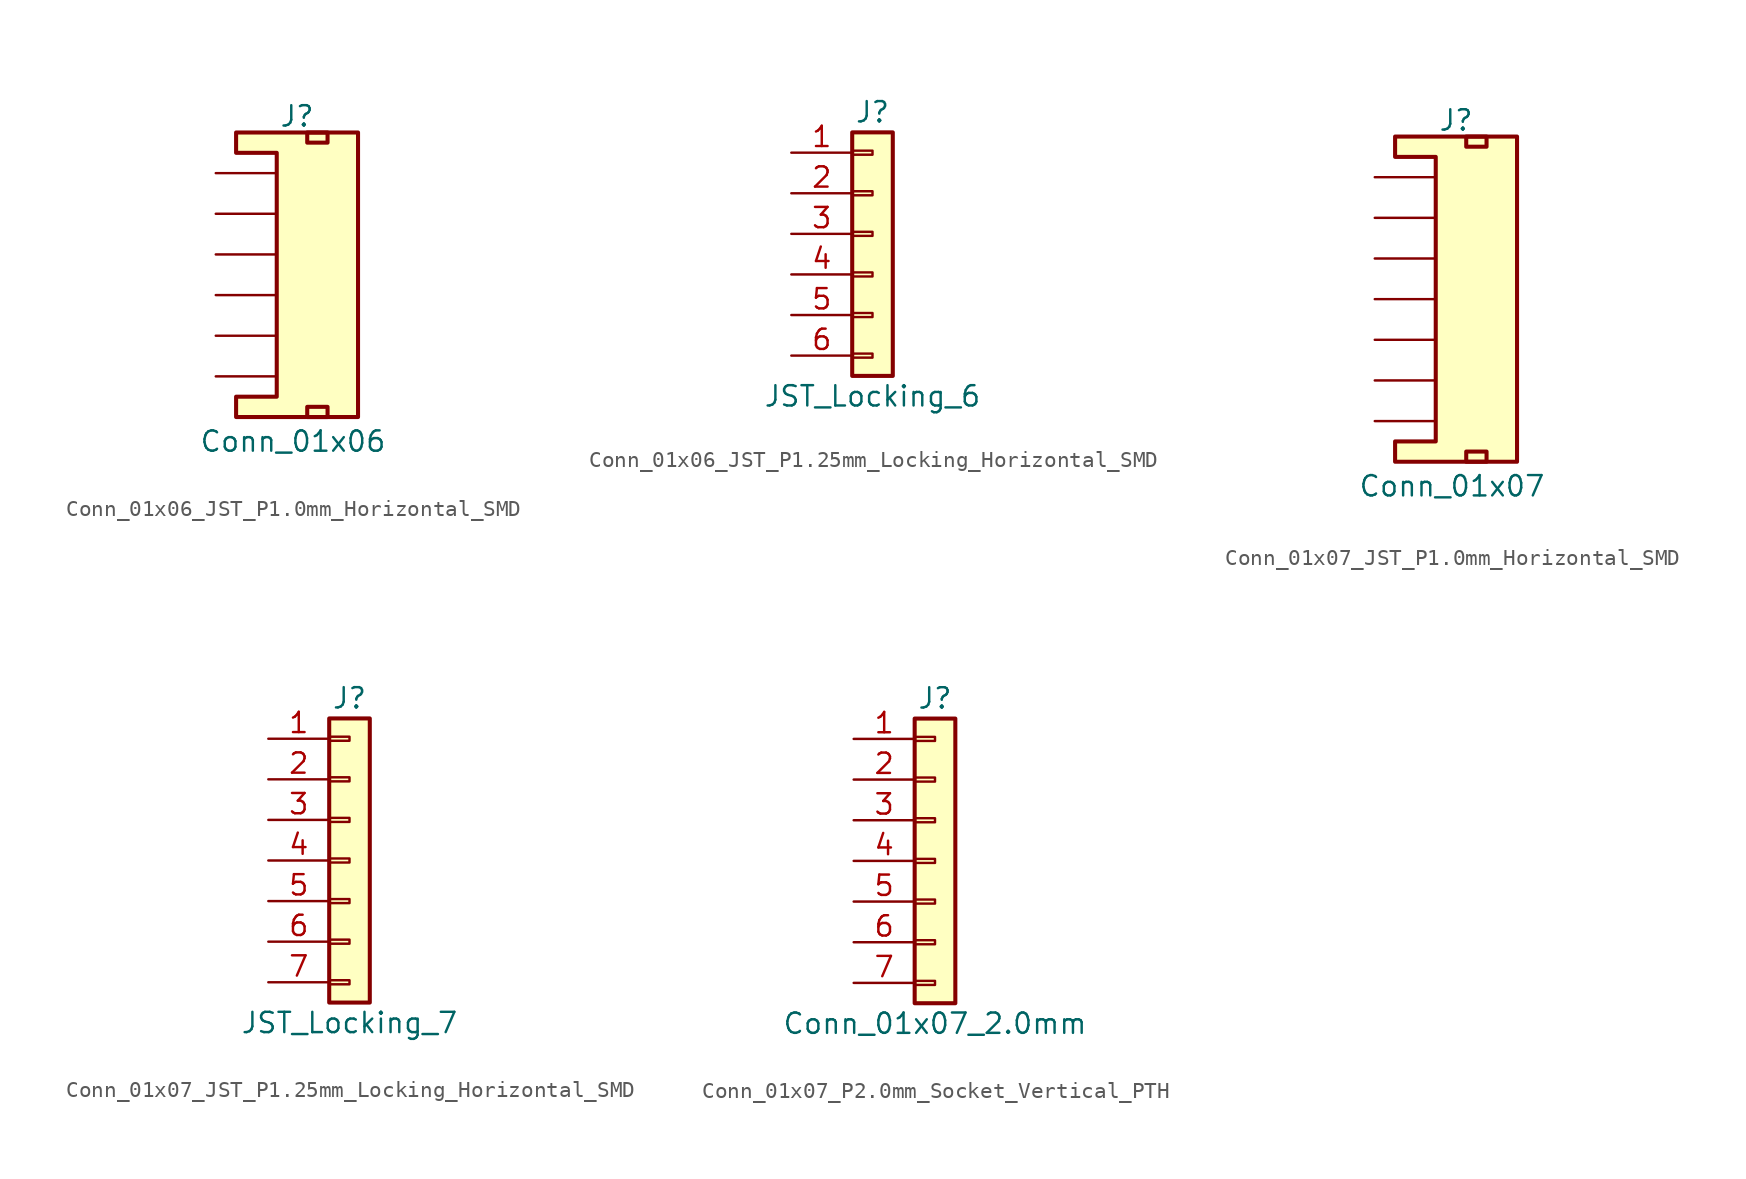
<source format=kicad_sym>
(kicad_symbol_lib
  (version 20241209)
  (generator "kicad_symbol_editor")
  (generator_version "9.0")
  (symbol "Conn_01x06_JST_P1.0mm_Horizontal_SMD"
    (pin_numbers
      (hide yes))
    (pin_names
      (offset 1.016)
      (hide yes))
    (property "Reference" "J"
      (at 0 8.636 0)
      (effects (font (size 1.27 1.27))))
    (property "Value" "Conn_01x06"
      (at -0.254 -11.684 0)
      (effects (font (size 1.27 1.27))))
    (symbol "Conn_01x06_JST_P1.0mm_Horizontal_SMD_1_1"
      (polyline (pts (xy -1.27 6.35) (xy -3.81 6.35) (xy -3.81 7.62) (xy 3.81 7.62) (xy 3.81 -10.16) (xy -3.81 -10.16) (xy -3.81 -8.89) (xy -1.27 -8.89) (xy -1.27 6.35)) (stroke (width 0.254) (type default)) (fill (type background)))
      (rectangle (start 0.635 7.62) (end 1.905 6.985) (stroke (width 0.254) (type default)) (fill (type none)))
      (rectangle (start 0.635 -9.525) (end 1.905 -10.16) (stroke (width 0.254) (type default)) (fill (type none)))
      (pin passive line (at -5.08 5.08 0) (length 3.81) (name "1" (effects (font (size 1.27 1.27)))) (number "1" (effects (font (size 1.27 1.27)))))
      (pin passive line (at -5.08 2.54 0) (length 3.81) (name "2" (effects (font (size 1.27 1.27)))) (number "2" (effects (font (size 1.27 1.27)))))
      (pin passive line (at -5.08 0 0) (length 3.81) (name "3" (effects (font (size 1.27 1.27)))) (number "3" (effects (font (size 1.27 1.27)))))
      (pin passive line (at -5.08 -2.54 0) (length 3.81) (name "4" (effects (font (size 1.27 1.27)))) (number "4" (effects (font (size 1.27 1.27)))))
      (pin passive line (at -5.08 -5.08 0) (length 3.81) (name "5" (effects (font (size 1.27 1.27)))) (number "5" (effects (font (size 1.27 1.27)))))
      (pin passive line (at -5.08 -7.62 0) (length 3.81) (name "6" (effects (font (size 1.27 1.27)))) (number "6" (effects (font (size 1.27 1.27)))))))
  (symbol "Conn_01x06_JST_P1.25mm_Locking_Horizontal_SMD"
    (pin_names
      (offset 1.016)
      (hide yes))
    (property "Reference" "J"
      (at 0 7.62 0)
      (effects (font (size 1.27 1.27))))
    (property "Value" "JST_Locking_6"
      (at 0 -10.16 0)
      (effects (font (size 1.27 1.27))))
    (symbol "Conn_01x06_JST_P1.25mm_Locking_Horizontal_SMD_1_1"
      (rectangle (start -1.27 6.35) (end 1.27 -8.89) (stroke (width 0.254) (type default)) (fill (type background)))
      (rectangle (start -1.27 5.207) (end 0 4.953) (stroke (width 0.152) (type default)) (fill (type none)))
      (rectangle (start -1.27 2.667) (end 0 2.413) (stroke (width 0.152) (type default)) (fill (type none)))
      (rectangle (start -1.27 0.127) (end 0 -0.127) (stroke (width 0.152) (type default)) (fill (type none)))
      (rectangle (start -1.27 -2.413) (end 0 -2.667) (stroke (width 0.152) (type default)) (fill (type none)))
      (rectangle (start -1.27 -4.953) (end 0 -5.207) (stroke (width 0.152) (type default)) (fill (type none)))
      (rectangle (start -1.27 -7.493) (end 0 -7.747) (stroke (width 0.152) (type default)) (fill (type none)))
      (pin passive line (at -5.08 5.08 0) (length 3.81) (name "Pin_1" (effects (font (size 1.27 1.27)))) (number "1" (effects (font (size 1.27 1.27)))))
      (pin passive line (at -5.08 2.54 0) (length 3.81) (name "Pin_2" (effects (font (size 1.27 1.27)))) (number "2" (effects (font (size 1.27 1.27)))))
      (pin passive line (at -5.08 0 0) (length 3.81) (name "Pin_3" (effects (font (size 1.27 1.27)))) (number "3" (effects (font (size 1.27 1.27)))))
      (pin passive line (at -5.08 -2.54 0) (length 3.81) (name "Pin_4" (effects (font (size 1.27 1.27)))) (number "4" (effects (font (size 1.27 1.27)))))
      (pin passive line (at -5.08 -5.08 0) (length 3.81) (name "Pin_5" (effects (font (size 1.27 1.27)))) (number "5" (effects (font (size 1.27 1.27)))))
      (pin passive line (at -5.08 -7.62 0) (length 3.81) (name "Pin_6" (effects (font (size 1.27 1.27)))) (number "6" (effects (font (size 1.27 1.27)))))
      (pin no_connect line (at 3.81 -8.89 90) (length 5.08) (hide yes) (name "NC" (effects (font (size 1.27 1.27)))) (number "NC2" (effects (font (size 1.27 1.27)))))
      (pin no_connect line (at 6.35 -8.89 90) (length 5.08) (hide yes) (name "NC" (effects (font (size 1.27 1.27)))) (number "NC1" (effects (font (size 1.27 1.27)))))))
  (symbol "Conn_01x07_JST_P1.0mm_Horizontal_SMD"
    (pin_numbers
      (hide yes))
    (pin_names
      (offset 1.016)
      (hide yes))
    (property "Reference" "J"
      (at 0 11.176 0)
      (effects (font (size 1.27 1.27))))
    (property "Value" "Conn_01x07"
      (at -0.254 -11.684 0)
      (effects (font (size 1.27 1.27))))
    (symbol "Conn_01x07_JST_P1.0mm_Horizontal_SMD_1_1"
      (polyline (pts (xy -1.27 8.89) (xy -3.81 8.89) (xy -3.81 10.16) (xy 3.81 10.16) (xy 3.81 -10.16) (xy -3.81 -10.16) (xy -3.81 -8.89) (xy -1.27 -8.89) (xy -1.27 8.89)) (stroke (width 0.254) (type default)) (fill (type background)))
      (rectangle (start 0.635 10.16) (end 1.905 9.525) (stroke (width 0.254) (type default)) (fill (type none)))
      (rectangle (start 0.635 -9.525) (end 1.905 -10.16) (stroke (width 0.254) (type default)) (fill (type none)))
      (pin passive line (at -5.08 7.62 0) (length 3.81) (name "1" (effects (font (size 1.27 1.27)))) (number "1" (effects (font (size 1.27 1.27)))))
      (pin passive line (at -5.08 5.08 0) (length 3.81) (name "2" (effects (font (size 1.27 1.27)))) (number "2" (effects (font (size 1.27 1.27)))))
      (pin passive line (at -5.08 2.54 0) (length 3.81) (name "3" (effects (font (size 1.27 1.27)))) (number "3" (effects (font (size 1.27 1.27)))))
      (pin passive line (at -5.08 0 0) (length 3.81) (name "4" (effects (font (size 1.27 1.27)))) (number "4" (effects (font (size 1.27 1.27)))))
      (pin passive line (at -5.08 -2.54 0) (length 3.81) (name "5" (effects (font (size 1.27 1.27)))) (number "5" (effects (font (size 1.27 1.27)))))
      (pin passive line (at -5.08 -5.08 0) (length 3.81) (name "6" (effects (font (size 1.27 1.27)))) (number "6" (effects (font (size 1.27 1.27)))))
      (pin passive line (at -5.08 -7.62 0) (length 3.81) (name "7" (effects (font (size 1.27 1.27)))) (number "7" (effects (font (size 1.27 1.27)))))))
  (symbol "Conn_01x07_JST_P1.25mm_Locking_Horizontal_SMD"
    (pin_names
      (offset 1.016)
      (hide yes))
    (property "Reference" "J"
      (at 0 10.16 0)
      (effects (font (size 1.27 1.27))))
    (property "Value" "JST_Locking_7"
      (at 0 -10.16 0)
      (effects (font (size 1.27 1.27))))
    (symbol "Conn_01x07_JST_P1.25mm_Locking_Horizontal_SMD_1_1"
      (rectangle (start -1.27 8.89) (end 1.27 -8.89) (stroke (width 0.254) (type default)) (fill (type background)))
      (rectangle (start -1.27 7.747) (end 0 7.493) (stroke (width 0.152) (type default)) (fill (type none)))
      (rectangle (start -1.27 5.207) (end 0 4.953) (stroke (width 0.152) (type default)) (fill (type none)))
      (rectangle (start -1.27 2.667) (end 0 2.413) (stroke (width 0.152) (type default)) (fill (type none)))
      (rectangle (start -1.27 0.127) (end 0 -0.127) (stroke (width 0.152) (type default)) (fill (type none)))
      (rectangle (start -1.27 -2.413) (end 0 -2.667) (stroke (width 0.152) (type default)) (fill (type none)))
      (rectangle (start -1.27 -4.953) (end 0 -5.207) (stroke (width 0.152) (type default)) (fill (type none)))
      (rectangle (start -1.27 -7.493) (end 0 -7.747) (stroke (width 0.152) (type default)) (fill (type none)))
      (pin passive line (at -5.08 7.62 0) (length 3.81) (name "Pin_1" (effects (font (size 1.27 1.27)))) (number "1" (effects (font (size 1.27 1.27)))))
      (pin passive line (at -5.08 5.08 0) (length 3.81) (name "Pin_2" (effects (font (size 1.27 1.27)))) (number "2" (effects (font (size 1.27 1.27)))))
      (pin passive line (at -5.08 2.54 0) (length 3.81) (name "Pin_3" (effects (font (size 1.27 1.27)))) (number "3" (effects (font (size 1.27 1.27)))))
      (pin passive line (at -5.08 0 0) (length 3.81) (name "Pin_4" (effects (font (size 1.27 1.27)))) (number "4" (effects (font (size 1.27 1.27)))))
      (pin passive line (at -5.08 -2.54 0) (length 3.81) (name "Pin_5" (effects (font (size 1.27 1.27)))) (number "5" (effects (font (size 1.27 1.27)))))
      (pin passive line (at -5.08 -5.08 0) (length 3.81) (name "Pin_6" (effects (font (size 1.27 1.27)))) (number "6" (effects (font (size 1.27 1.27)))))
      (pin passive line (at -5.08 -7.62 0) (length 3.81) (name "Pin_7" (effects (font (size 1.27 1.27)))) (number "7" (effects (font (size 1.27 1.27)))))
      (pin no_connect line (at 3.81 -8.89 90) (length 5.08) (hide yes) (name "NC" (effects (font (size 1.27 1.27)))) (number "NC2" (effects (font (size 1.27 1.27)))))
      (pin no_connect line (at 6.35 -8.89 90) (length 5.08) (hide yes) (name "NC" (effects (font (size 1.27 1.27)))) (number "NC1" (effects (font (size 1.27 1.27)))))))
  (symbol "Conn_01x07_P2.0mm_Socket_Vertical_PTH"
    (pin_names
      (offset 1.016)
      (hide yes))
    (property "Reference" "J"
      (at 0 10.16 0)
      (effects (font (size 1.27 1.27))))
    (property "Value" "Conn_01x07_2.0mm"
      (at 0 -10.16 0)
      (effects (font (size 1.27 1.27))))
    (symbol "Conn_01x07_P2.0mm_Socket_Vertical_PTH_1_1"
      (rectangle (start -1.27 8.89) (end 1.27 -8.89) (stroke (width 0.254) (type default)) (fill (type background)))
      (rectangle (start -1.27 7.747) (end 0 7.493) (stroke (width 0.152) (type default)) (fill (type none)))
      (rectangle (start -1.27 5.207) (end 0 4.953) (stroke (width 0.152) (type default)) (fill (type none)))
      (rectangle (start -1.27 2.667) (end 0 2.413) (stroke (width 0.152) (type default)) (fill (type none)))
      (rectangle (start -1.27 0.127) (end 0 -0.127) (stroke (width 0.152) (type default)) (fill (type none)))
      (rectangle (start -1.27 -2.413) (end 0 -2.667) (stroke (width 0.152) (type default)) (fill (type none)))
      (rectangle (start -1.27 -4.953) (end 0 -5.207) (stroke (width 0.152) (type default)) (fill (type none)))
      (rectangle (start -1.27 -7.493) (end 0 -7.747) (stroke (width 0.152) (type default)) (fill (type none)))
      (pin passive line (at -5.08 7.62 0) (length 3.81) (name "Pin_1" (effects (font (size 1.27 1.27)))) (number "1" (effects (font (size 1.27 1.27)))))
      (pin passive line (at -5.08 5.08 0) (length 3.81) (name "Pin_2" (effects (font (size 1.27 1.27)))) (number "2" (effects (font (size 1.27 1.27)))))
      (pin passive line (at -5.08 2.54 0) (length 3.81) (name "Pin_3" (effects (font (size 1.27 1.27)))) (number "3" (effects (font (size 1.27 1.27)))))
      (pin passive line (at -5.08 0 0) (length 3.81) (name "Pin_4" (effects (font (size 1.27 1.27)))) (number "4" (effects (font (size 1.27 1.27)))))
      (pin passive line (at -5.08 -2.54 0) (length 3.81) (name "Pin_5" (effects (font (size 1.27 1.27)))) (number "5" (effects (font (size 1.27 1.27)))))
      (pin passive line (at -5.08 -5.08 0) (length 3.81) (name "Pin_6" (effects (font (size 1.27 1.27)))) (number "6" (effects (font (size 1.27 1.27)))))
      (pin passive line (at -5.08 -7.62 0) (length 3.81) (name "Pin_7" (effects (font (size 1.27 1.27)))) (number "7" (effects (font (size 1.27 1.27))))))))
</source>
